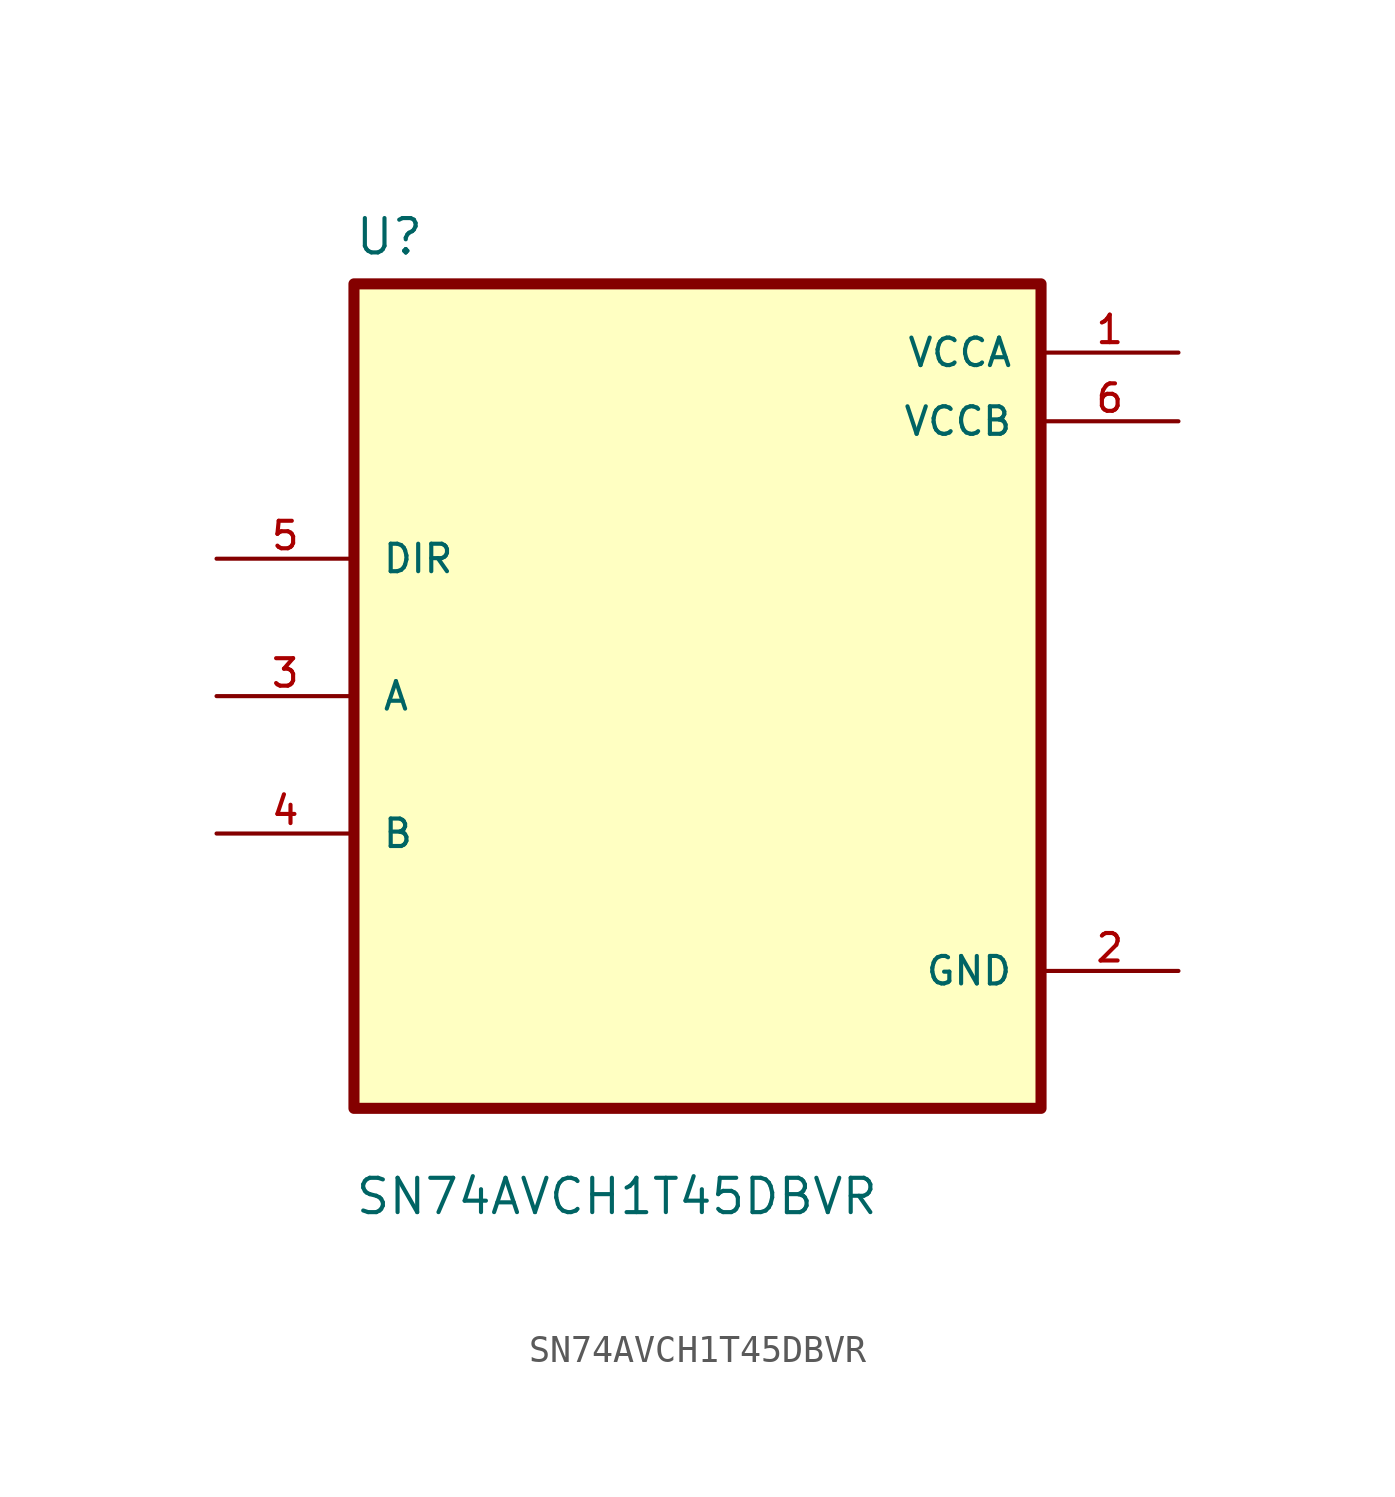
<source format=kicad_sym>
(kicad_symbol_lib
  (version 20231120)
  (generator "kicad_symbol_editor")
  (generator_version "8.0")
  (symbol "SN74AVCH1T45DBVR"
    (pin_names
      (offset 1.016))
    (property "Reference" "U"
      (at -12.7 16.24 0)
      (effects (font (size 1.27 1.27)) (justify left bottom)))
    (property "Value" "SN74AVCH1T45DBVR"
      (at -12.7 -19.24 0)
      (effects (font (size 1.27 1.27)) (justify left bottom)))
    (symbol "SN74AVCH1T45DBVR_0_0"
      (rectangle (start -12.7 -15.24) (end 12.7 15.24) (stroke (width 0.41) (type default)) (fill (type background)))
      (pin power_in line (at 17.78 12.7 180) (length 5.08) (name "VCCA" (effects (font (size 1.016 1.016)))) (number "1" (effects (font (size 1.016 1.016)))))
      (pin power_in line (at 17.78 -10.16 180) (length 5.08) (name "GND" (effects (font (size 1.016 1.016)))) (number "2" (effects (font (size 1.016 1.016)))))
      (pin bidirectional line (at -17.78 0 0) (length 5.08) (name "A" (effects (font (size 1.016 1.016)))) (number "3" (effects (font (size 1.016 1.016)))))
      (pin bidirectional line (at -17.78 -5.08 0) (length 5.08) (name "B" (effects (font (size 1.016 1.016)))) (number "4" (effects (font (size 1.016 1.016)))))
      (pin input line (at -17.78 5.08 0) (length 5.08) (name "DIR" (effects (font (size 1.016 1.016)))) (number "5" (effects (font (size 1.016 1.016)))))
      (pin power_in line (at 17.78 10.16 180) (length 5.08) (name "VCCB" (effects (font (size 1.016 1.016)))) (number "6" (effects (font (size 1.016 1.016))))))))
</source>
